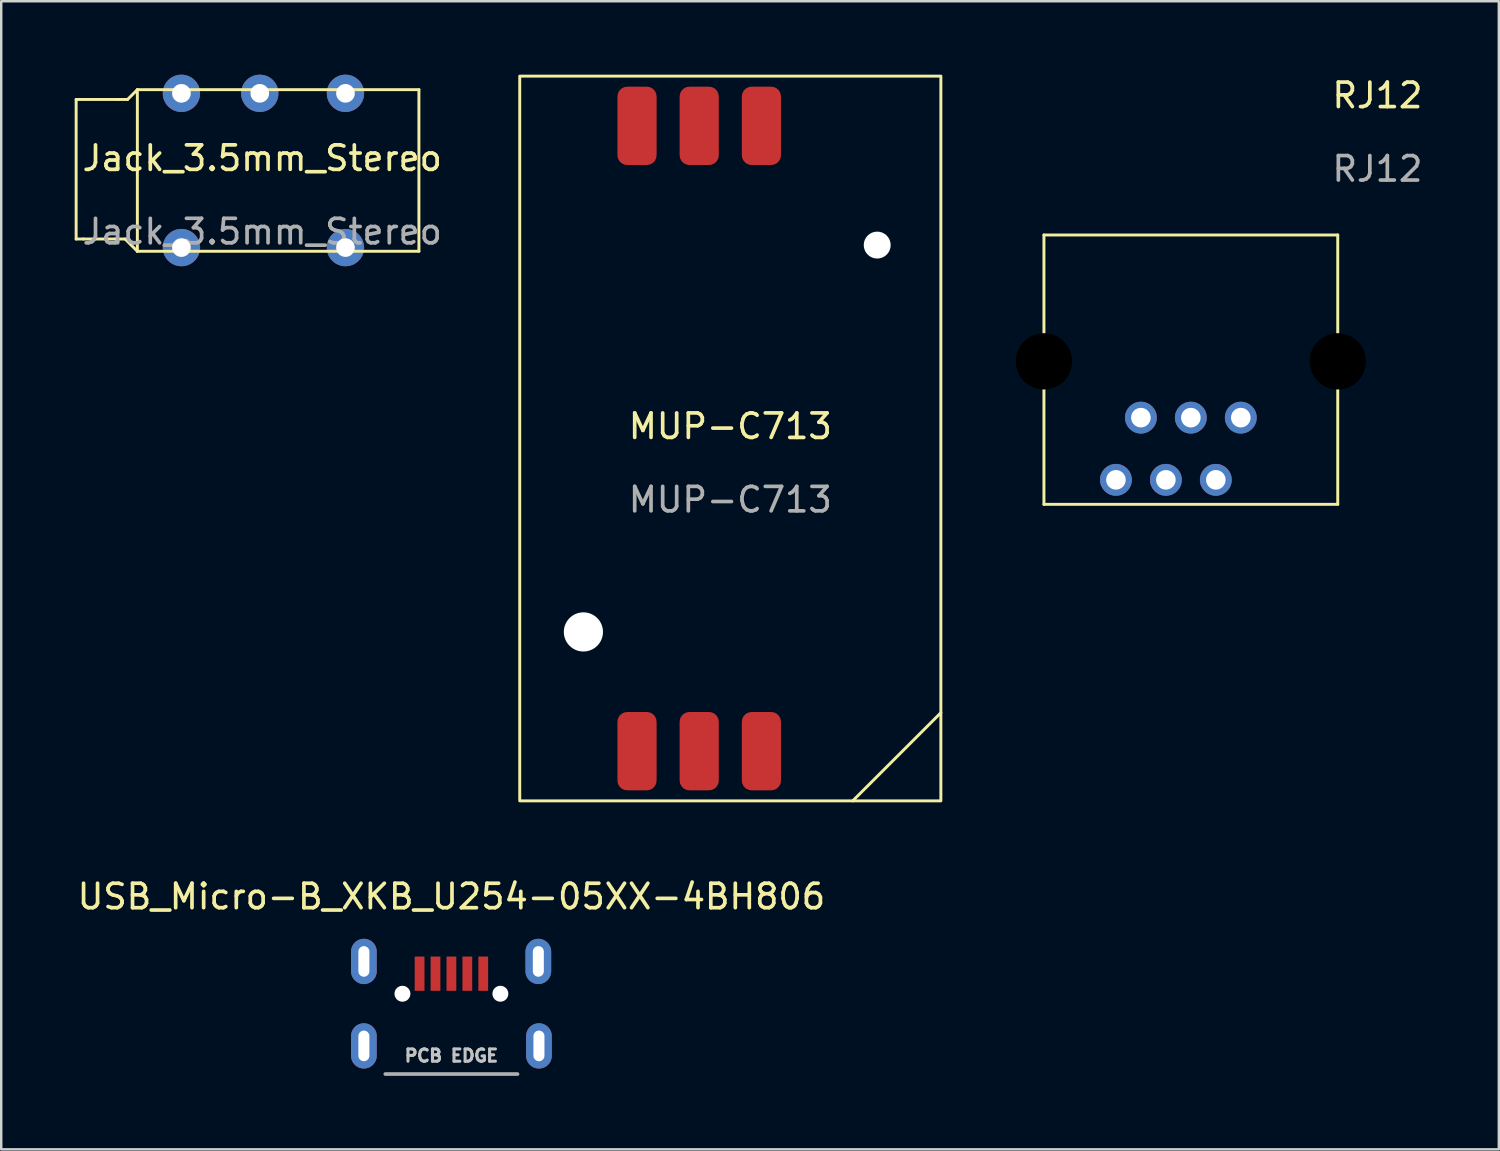
<source format=kicad_pcb>
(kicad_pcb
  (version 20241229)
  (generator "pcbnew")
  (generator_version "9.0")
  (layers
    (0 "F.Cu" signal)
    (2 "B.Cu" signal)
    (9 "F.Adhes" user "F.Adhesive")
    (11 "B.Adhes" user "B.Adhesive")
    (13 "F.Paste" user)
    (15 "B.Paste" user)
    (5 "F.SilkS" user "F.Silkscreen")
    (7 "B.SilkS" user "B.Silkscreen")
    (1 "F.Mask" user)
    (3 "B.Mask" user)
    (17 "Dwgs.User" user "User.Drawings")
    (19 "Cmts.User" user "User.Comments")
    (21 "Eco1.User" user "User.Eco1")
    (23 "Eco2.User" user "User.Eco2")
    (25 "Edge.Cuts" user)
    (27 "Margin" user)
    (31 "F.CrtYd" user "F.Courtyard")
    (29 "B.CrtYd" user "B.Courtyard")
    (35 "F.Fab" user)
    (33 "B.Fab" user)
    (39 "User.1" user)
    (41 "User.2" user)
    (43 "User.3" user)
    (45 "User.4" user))
  (footprint "Jack_3.5mm_Stereo"
    (layer "F.Cu")
    (at 7.66 3.912)
    (property "Reference" "Jack_3.5mm_Stereo" (at 0 -0.5 0) (unlocked yes) (layer "F.SilkS") (effects (font (size 1 1) (thickness 0.15))))
    (attr through_hole)
    (fp_line (start -7.6 -2.9) (end -7.6 2.8) (stroke (width 0.12) (type default)) (layer "F.SilkS"))
    (fp_line (start -7.6 -2.9) (end -5.9 -2.9) (stroke (width 0.12) (type default)) (layer "F.SilkS"))
    (fp_line (start -7.6 2.8) (end -7.3 2.8) (stroke (width 0.12) (type default)) (layer "F.SilkS"))
    (fp_line (start -7.3 2.8) (end -6 2.8) (stroke (width 0.12) (type default)) (layer "F.SilkS"))
    (fp_line (start -5.6 2.8) (end -6 2.8) (stroke (width 0.12) (type default)) (layer "F.SilkS"))
    (fp_line (start -5.5 -2.9) (end -5.9 -2.9) (stroke (width 0.12) (type default)) (layer "F.SilkS"))
    (fp_line (start -5.1 -3.3) (end -5.5 -2.9) (stroke (width 0.12) (type default)) (layer "F.SilkS"))
    (fp_line (start -5.1 -3.3) (end -5.1 3.3) (stroke (width 0.12) (type default)) (layer "F.SilkS"))
    (fp_line (start -5.1 3.3) (end -5.6 2.8) (stroke (width 0.12) (type default)) (layer "F.SilkS"))
    (fp_line (start 6.4 -3.3) (end -5.1 -3.3) (stroke (width 0.12) (type default)) (layer "F.SilkS"))
    (fp_line (start 6.4 -3.3) (end 6.4 3.3) (stroke (width 0.12) (type default)) (layer "F.SilkS"))
    (fp_line (start 6.4 3.3) (end -5.1 3.3) (stroke (width 0.12) (type default)) (layer "F.SilkS"))
    (fp_text user "${REFERENCE}" (at 0 2.5 0) (unlocked yes) (layer "F.Fab") (effects (font (size 1 1) (thickness 0.15))))
    (pad "R" thru_hole circle (at -0.1 -3.15) (size 1.524 1.524) (drill 0.762) (layers "*.Cu" "*.Mask"))
    (pad "S" thru_hole circle (at -3.3 -3.15) (size 1.524 1.524) (drill 0.762) (layers "*.Cu" "*.Mask"))
    (pad "S" thru_hole circle (at -3.3 3.15 90) (size 1.524 1.524) (drill 0.762) (layers "*.Cu" "*.Mask"))
    (pad "T" thru_hole circle (at 3.4 -3.15 90) (size 1.524 1.524) (drill 0.762) (layers "*.Cu" "*.Mask"))
    (pad "T" thru_hole circle (at 3.4 3.15) (size 1.524 1.524) (drill 0.762) (layers "*.Cu" "*.Mask")))
  (footprint "MUP-C713"
    (layer "F.Cu")
    (at 26.778 14.86)
    (property "Reference" "MUP-C713" (at 0 -0.5 0) (unlocked yes) (layer "F.SilkS") (effects (font (size 1 1) (thickness 0.15))))
    (attr smd)
    (fp_line (start 5 14.8) (end 8.6 11.2) (stroke (width 0.12) (type default)) (layer "F.SilkS"))
    (fp_rect (start -8.6 -14.8) (end 8.6 14.8) (stroke (width 0.12) (type default)) (fill no) (layer "F.SilkS"))
    (fp_text user "${REFERENCE}" (at 0 2.5 0) (unlocked yes) (layer "F.Fab") (effects (font (size 1 1) (thickness 0.15))))
    (pad "" np_thru_hole circle (at -6 7.9) (size 1.6 1.6) (drill 1.6) (layers "*.Cu" "*.Mask"))
    (pad "" np_thru_hole circle (at 6 -7.9) (size 1.1 1.1) (drill 1.1) (layers "*.Cu" "*.Mask"))
    (pad "1" smd roundrect (at -3.81 -12.77) (size 1.6 3.2) (layers "F.Cu" "F.Mask" "F.Paste") (roundrect_rratio 0.25))
    (pad "2" smd roundrect (at -1.27 -12.77) (size 1.6 3.2) (layers "F.Cu" "F.Mask" "F.Paste") (roundrect_rratio 0.25))
    (pad "3" smd roundrect (at 1.27 -12.77) (size 1.6 3.2) (layers "F.Cu" "F.Mask" "F.Paste") (roundrect_rratio 0.25))
    (pad "5" smd roundrect (at -3.81 12.77) (size 1.6 3.2) (layers "F.Cu" "F.Mask" "F.Paste") (roundrect_rratio 0.25))
    (pad "6" smd roundrect (at -1.27 12.77) (size 1.6 3.2) (layers "F.Cu" "F.Mask" "F.Paste") (roundrect_rratio 0.25))
    (pad "7" smd roundrect (at 1.27 12.77) (size 1.6 3.2) (layers "F.Cu" "F.Mask" "F.Paste") (roundrect_rratio 0.25)))
  (footprint "RJ12"
    (layer "F.Cu")
    (at 45.588 16.548)
    (property "Reference" "RJ12" (at 7.62 -15.7 0) (unlocked yes) (layer "F.SilkS") (effects (font (size 1 1) (thickness 0.15))))
    (attr through_hole)
    (fp_line (start -6 -10) (end 6 -10) (stroke (width 0.12) (type solid)) (layer "F.SilkS"))
    (fp_line (start -6 -5) (end -6 -10) (stroke (width 0.12) (type solid)) (layer "F.SilkS"))
    (fp_line (start -6 1) (end -6 -5) (stroke (width 0.12) (type solid)) (layer "F.SilkS"))
    (fp_line (start 6 -10) (end 6 -5) (stroke (width 0.12) (type solid)) (layer "F.SilkS"))
    (fp_line (start 6 -5) (end 6 1) (stroke (width 0.12) (type solid)) (layer "F.SilkS"))
    (fp_line (start 6 1) (end -6 1) (stroke (width 0.12) (type solid)) (layer "F.SilkS"))
    (fp_text user "${REFERENCE}" (at 7.62 -12.7 0) (unlocked yes) (layer "F.Fab") (effects (font (size 1 1) (thickness 0.15))))
    (pad "" np_thru_hole circle (at -6 -4.84) (size 2.3 2.3) (drill 2.3) (layers "*.Mask"))
    (pad "" np_thru_hole circle (at 6 -4.84) (size 2.3 2.3) (drill 2.3) (layers "*.Mask"))
    (pad "1" thru_hole circle (at -3.06 0) (size 1.3 1.3) (drill 0.8) (layers "*.Cu" "*.Mask"))
    (pad "2" thru_hole circle (at -2.04 -2.54) (size 1.3 1.3) (drill 0.8) (layers "*.Cu" "*.Mask"))
    (pad "3" thru_hole circle (at -1.02 0) (size 1.3 1.3) (drill 0.8) (layers "*.Cu" "*.Mask"))
    (pad "4" thru_hole circle (at 0 -2.54) (size 1.3 1.3) (drill 0.8) (layers "*.Cu" "*.Mask"))
    (pad "5" thru_hole circle (at 1.02 0) (size 1.3 1.3) (drill 0.8) (layers "*.Cu" "*.Mask"))
    (pad "6" thru_hole circle (at 2.04 -2.54) (size 1.3 1.3) (drill 0.8) (layers "*.Cu" "*.Mask")))
  (footprint "USB_Micro-B_XKB_U254-05XX-4BH806"
    (layer "F.Cu")
    (at 15.387 37.068)
    (property "Reference" "USB_Micro-B_XKB_U254-05XX-4BH806" (at 0 -3.5 0) (layer "F.SilkS") (effects (font (size 1 1) (thickness 0.15))))
    (attr smd)
    (fp_line (start -2.7 3.75) (end 2.7 3.75) (stroke (width 0.15) (type solid)) (layer "F.Fab"))
    (fp_text user "PCB EDGE" (at 0 3 0) (layer "Dwgs.User") (effects (font (size 0.5 0.5) (thickness 0.125))))
    (pad "" np_thru_hole circle (at -2 0.47) (size 0.65 0.65) (drill 0.65) (layers "*.Cu" "*.Mask"))
    (pad "" np_thru_hole circle (at 2 0.47) (size 0.65 0.65) (drill 0.65) (layers "*.Cu" "*.Mask"))
    (pad "1" smd rect (at -1.3 -0.35) (size 0.4 1.4) (layers "F.Cu" "F.Mask" "F.Paste"))
    (pad "2" smd rect (at -0.65 -0.35) (size 0.4 1.4) (layers "F.Cu" "F.Mask" "F.Paste"))
    (pad "3" smd rect (at 0 -0.35) (size 0.4 1.4) (layers "F.Cu" "F.Mask" "F.Paste"))
    (pad "4" smd rect (at 0.65 -0.35) (size 0.4 1.4) (layers "F.Cu" "F.Mask" "F.Paste"))
    (pad "5" smd rect (at 1.3 -0.35) (size 0.4 1.4) (layers "F.Cu" "F.Mask" "F.Paste"))
    (pad "6" thru_hole oval (at -3.575 -0.85) (size 1.05 1.85) (drill oval 0.45 1.25) (layers "*.Cu" "*.Mask"))
    (pad "6" thru_hole oval (at -3.575 2.6) (size 1.05 1.85) (drill oval 0.45 1.25) (layers "*.Cu" "*.Mask"))
    (pad "6" thru_hole oval (at 3.55 -0.85) (size 1.05 1.85) (drill oval 0.45 1.25) (layers "*.Cu" "*.Mask"))
    (pad "6" thru_hole oval (at 3.575 2.6) (size 1.05 1.85) (drill oval 0.45 1.25) (layers "*.Cu" "*.Mask")))
  (gr_rect
    (start -3 -3)
    (end 58.167 43.893)
    (stroke (width 0.1) (type default))
    (fill no)
    (layer "Edge.Cuts")))
</source>
